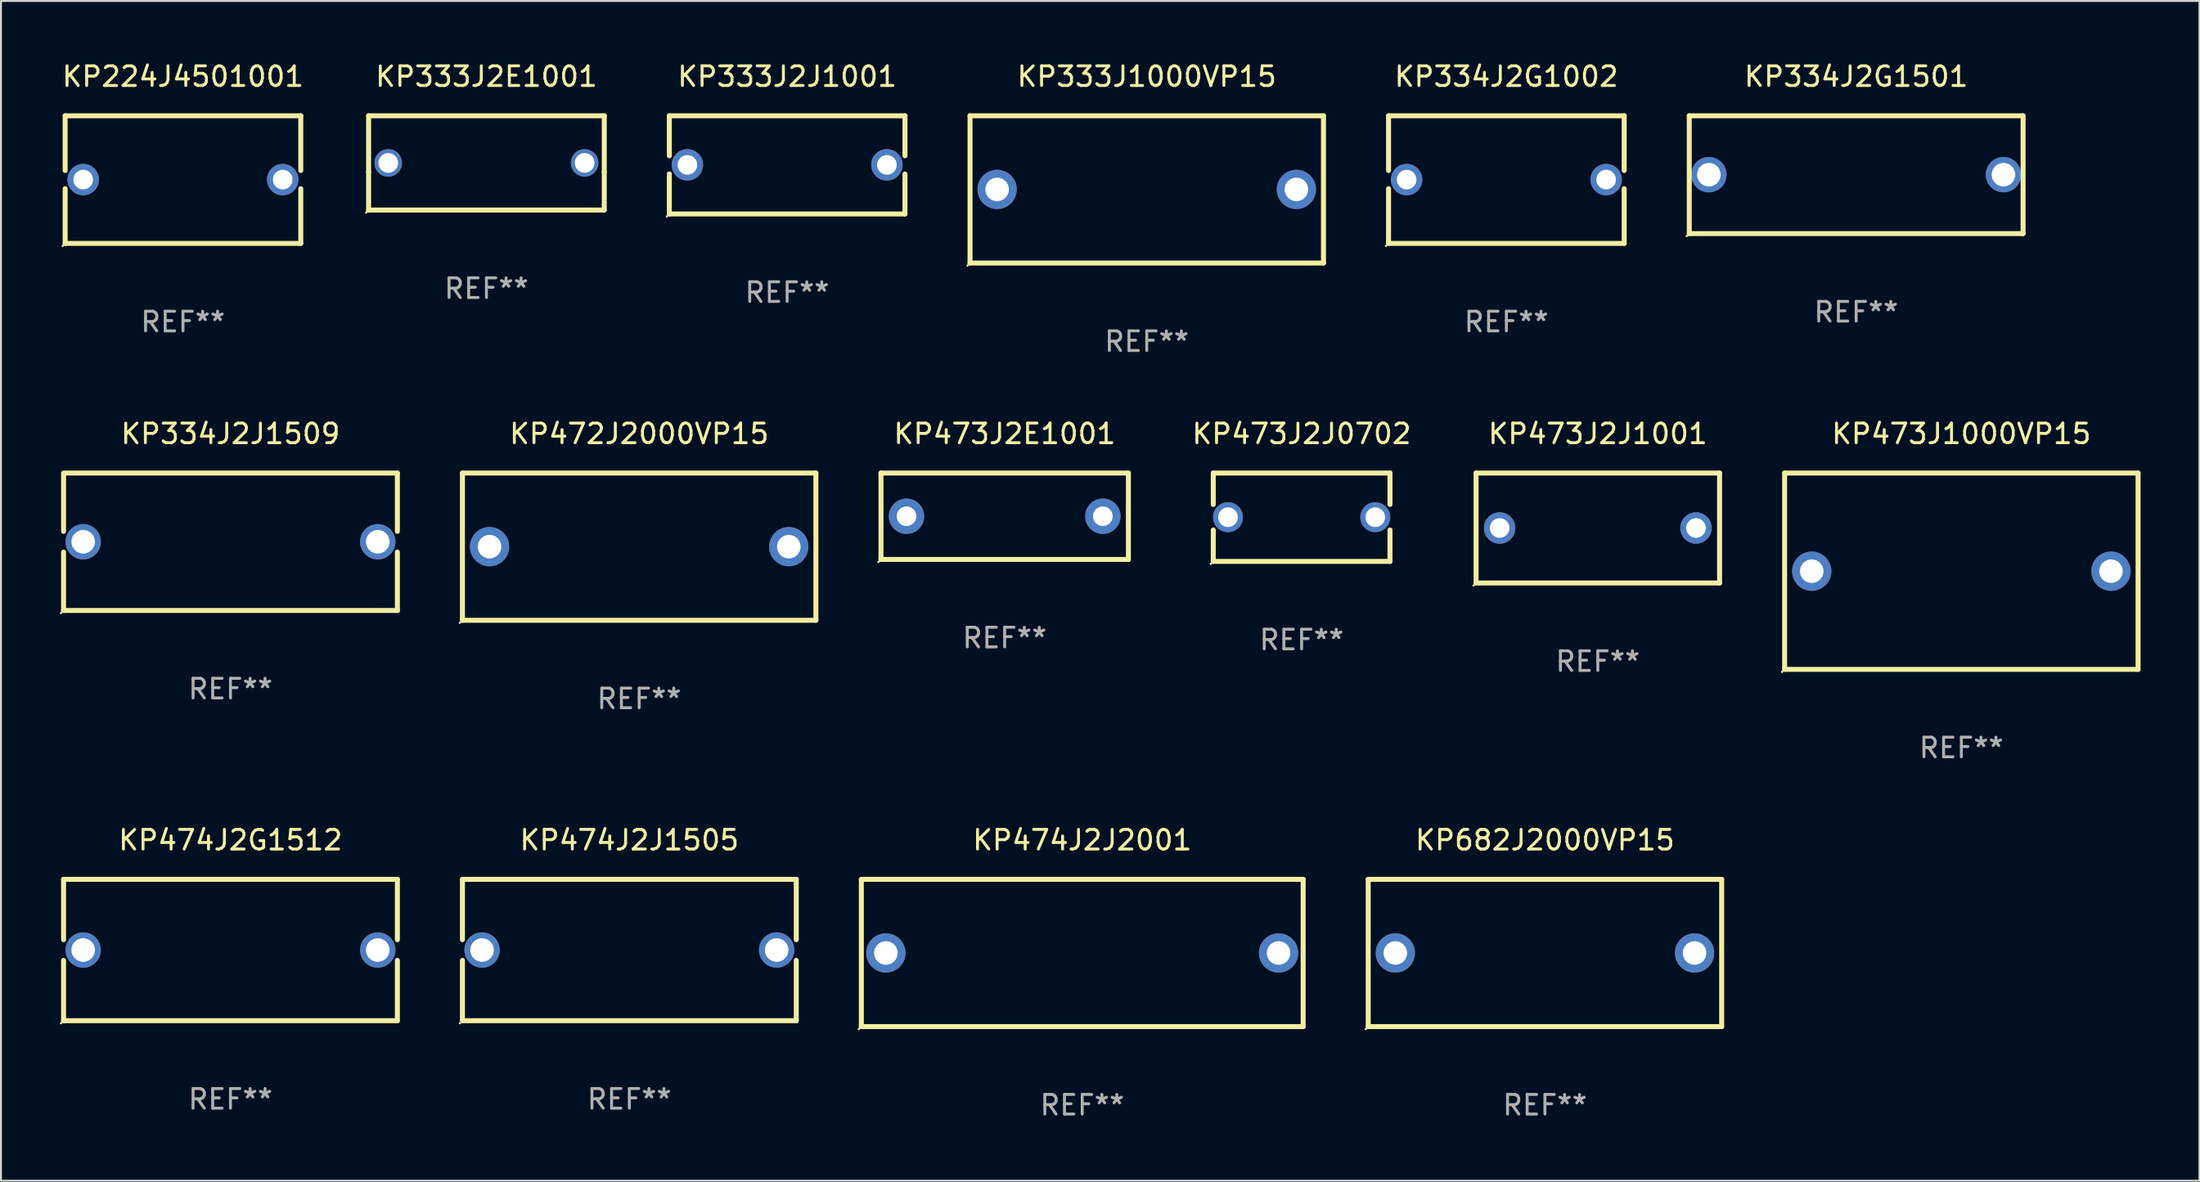
<source format=kicad_pcb>
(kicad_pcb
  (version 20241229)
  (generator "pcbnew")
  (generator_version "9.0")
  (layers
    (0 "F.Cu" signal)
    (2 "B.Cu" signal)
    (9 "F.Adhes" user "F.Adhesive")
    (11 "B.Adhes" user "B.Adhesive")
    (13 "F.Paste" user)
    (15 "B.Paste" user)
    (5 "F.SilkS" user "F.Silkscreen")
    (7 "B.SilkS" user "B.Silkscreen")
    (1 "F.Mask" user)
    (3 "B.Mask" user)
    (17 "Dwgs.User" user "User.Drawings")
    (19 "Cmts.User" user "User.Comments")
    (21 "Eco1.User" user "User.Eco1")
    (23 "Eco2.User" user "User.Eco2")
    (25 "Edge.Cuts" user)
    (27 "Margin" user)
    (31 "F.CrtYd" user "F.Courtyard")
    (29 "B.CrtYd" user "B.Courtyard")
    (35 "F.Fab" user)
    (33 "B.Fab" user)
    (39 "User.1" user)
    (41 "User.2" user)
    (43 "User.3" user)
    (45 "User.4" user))
  (footprint "KP334J2G1501"
    (layer "F.Cu")
    (at 91.479 5.848)
    (property "Reference" "KP334J2G1501" (at 0 -5 0) (layer "F.SilkS") (effects (font (size 1 1) (thickness 0.15))))
    (attr through_hole)
    (fp_line (start -8.5 -3) (end 8.5 -3) (stroke (width 0.254) (type solid)) (layer "F.SilkS"))
    (fp_line (start -8.5 3) (end -8.5 -3) (stroke (width 0.254) (type solid)) (layer "F.SilkS"))
    (fp_line (start 8.5 -3) (end 8.5 3) (stroke (width 0.254) (type solid)) (layer "F.SilkS"))
    (fp_line (start 8.5 3) (end -8.5 3) (stroke (width 0.254) (type solid)) (layer "F.SilkS"))
    (fp_circle (center -8.627 3.127) (end -8.597 3.127) (stroke (width 0.06) (type solid)) (fill no) (layer "F.SilkS"))
    (fp_text user "REF**" (at 0 7 0) (layer "F.Fab") (effects (font (size 1 1) (thickness 0.15))))
    (pad "1" thru_hole circle (at -7.501 0) (size 1.8 1.8) (drill 1.2) (layers "*.Cu" "*.Mask"))
    (pad "2" thru_hole circle (at 7.501 0) (size 1.8 1.8) (drill 1.2) (layers "*.Cu" "*.Mask")))
  (footprint "KP333J1000VP15"
    (layer "F.Cu")
    (at 55.351 6.598)
    (property "Reference" "KP333J1000VP15" (at 0 -5.75 0) (layer "F.SilkS") (effects (font (size 1 1) (thickness 0.15))))
    (attr through_hole)
    (fp_line (start -9 -3.75) (end 9 -3.75) (stroke (width 0.254) (type solid)) (layer "F.SilkS"))
    (fp_line (start -9 3.75) (end -9 -3.75) (stroke (width 0.254) (type solid)) (layer "F.SilkS"))
    (fp_line (start 9 -3.75) (end 9 3.75) (stroke (width 0.254) (type solid)) (layer "F.SilkS"))
    (fp_line (start 9 3.75) (end -9 3.75) (stroke (width 0.254) (type solid)) (layer "F.SilkS"))
    (fp_circle (center -9.127 3.877) (end -9.097 3.877) (stroke (width 0.06) (type solid)) (fill no) (layer "F.SilkS"))
    (fp_text user "REF**" (at 0 7.75 0) (layer "F.Fab") (effects (font (size 1 1) (thickness 0.15))))
    (pad "1" thru_hole circle (at -7.62 0) (size 2 2) (drill 1.2) (layers "*.Cu" "*.Mask"))
    (pad "2" thru_hole circle (at 7.62 0) (size 2 2) (drill 1.2) (layers "*.Cu" "*.Mask")))
  (footprint "KP333J2J1001"
    (layer "F.Cu")
    (at 37.037 5.348)
    (property "Reference" "KP333J2J1001" (at 0 -4.5 0) (layer "F.SilkS") (effects (font (size 1 1) (thickness 0.15))))
    (attr through_hole)
    (fp_line (start -6 -2.5) (end 6 -2.5) (stroke (width 0.254) (type solid)) (layer "F.SilkS"))
    (fp_line (start -6 -0.463) (end -6 -2.5) (stroke (width 0.254) (type solid)) (layer "F.SilkS"))
    (fp_line (start -6 2.5) (end -6 0.463) (stroke (width 0.254) (type solid)) (layer "F.SilkS"))
    (fp_line (start 6 -2.5) (end 6 -0.463) (stroke (width 0.254) (type solid)) (layer "F.SilkS"))
    (fp_line (start 6 0.463) (end 6 2.5) (stroke (width 0.254) (type solid)) (layer "F.SilkS"))
    (fp_line (start 6 2.5) (end -6 2.5) (stroke (width 0.254) (type solid)) (layer "F.SilkS"))
    (fp_circle (center -6.127 2.627) (end -6.097 2.627) (stroke (width 0.06) (type solid)) (fill no) (layer "F.SilkS"))
    (fp_text user "REF**" (at 0 6.5 0) (layer "F.Fab") (effects (font (size 1 1) (thickness 0.15))))
    (pad "1" thru_hole circle (at -5.08 0) (size 1.6 1.6) (drill 1) (layers "*.Cu" "*.Mask"))
    (pad "2" thru_hole circle (at 5.08 0) (size 1.6 1.6) (drill 1) (layers "*.Cu" "*.Mask")))
  (footprint "KP472J2000VP15"
    (layer "F.Cu")
    (at 29.501 24.795)
    (property "Reference" "KP472J2000VP15" (at 0 -5.75 0) (layer "F.SilkS") (effects (font (size 1 1) (thickness 0.15))))
    (attr through_hole)
    (fp_line (start -9 -3.75) (end 9 -3.75) (stroke (width 0.254) (type solid)) (layer "F.SilkS"))
    (fp_line (start -9 3.75) (end -9 -3.75) (stroke (width 0.254) (type solid)) (layer "F.SilkS"))
    (fp_line (start 9 -3.75) (end 9 3.75) (stroke (width 0.254) (type solid)) (layer "F.SilkS"))
    (fp_line (start 9 3.75) (end -9 3.75) (stroke (width 0.254) (type solid)) (layer "F.SilkS"))
    (fp_circle (center -9.127 3.877) (end -9.097 3.877) (stroke (width 0.06) (type solid)) (fill no) (layer "F.SilkS"))
    (fp_text user "REF**" (at 0 7.75 0) (layer "F.Fab") (effects (font (size 1 1) (thickness 0.15))))
    (pad "1" thru_hole circle (at -7.62 0) (size 2 2) (drill 1.2) (layers "*.Cu" "*.Mask"))
    (pad "2" thru_hole circle (at 7.62 0) (size 2 2) (drill 1.2) (layers "*.Cu" "*.Mask")))
  (footprint "KP224J4501001"
    (layer "F.Cu")
    (at 6.268 6.098)
    (property "Reference" "KP224J4501001" (at 0 -5.25 0) (layer "F.SilkS") (effects (font (size 1 1) (thickness 0.15))))
    (attr through_hole)
    (fp_line (start -6 -3.25) (end 6 -3.25) (stroke (width 0.254) (type solid)) (layer "F.SilkS"))
    (fp_line (start -6 -0.463) (end -6 -3.25) (stroke (width 0.254) (type solid)) (layer "F.SilkS"))
    (fp_line (start -6 3.25) (end -6 0.463) (stroke (width 0.254) (type solid)) (layer "F.SilkS"))
    (fp_line (start 6 -3.25) (end 6 -0.463) (stroke (width 0.254) (type solid)) (layer "F.SilkS"))
    (fp_line (start 6 0.463) (end 6 3.25) (stroke (width 0.254) (type solid)) (layer "F.SilkS"))
    (fp_line (start 6 3.25) (end -6 3.25) (stroke (width 0.254) (type solid)) (layer "F.SilkS"))
    (fp_circle (center -6.127 3.377) (end -6.097 3.377) (stroke (width 0.06) (type solid)) (fill no) (layer "F.SilkS"))
    (fp_text user "REF**" (at 0 7.25 0) (layer "F.Fab") (effects (font (size 1 1) (thickness 0.15))))
    (pad "1" thru_hole circle (at -5.08 -0.000013) (size 1.6 1.6) (drill 1) (layers "*.Cu" "*.Mask"))
    (pad "2" thru_hole circle (at 5.08 -0.000013) (size 1.6 1.6) (drill 1) (layers "*.Cu" "*.Mask")))
  (footprint "KP334J2G1002"
    (layer "F.Cu")
    (at 73.665 6.098)
    (property "Reference" "KP334J2G1002" (at 0 -5.25 0) (layer "F.SilkS") (effects (font (size 1 1) (thickness 0.15))))
    (attr through_hole)
    (fp_line (start -6 -3.25) (end 6 -3.25) (stroke (width 0.254) (type solid)) (layer "F.SilkS"))
    (fp_line (start -6 -0.463) (end -6 -3.25) (stroke (width 0.254) (type solid)) (layer "F.SilkS"))
    (fp_line (start -6 3.25) (end -6 0.463) (stroke (width 0.254) (type solid)) (layer "F.SilkS"))
    (fp_line (start 6 -3.25) (end 6 -0.463) (stroke (width 0.254) (type solid)) (layer "F.SilkS"))
    (fp_line (start 6 0.463) (end 6 3.25) (stroke (width 0.254) (type solid)) (layer "F.SilkS"))
    (fp_line (start 6 3.25) (end -6 3.25) (stroke (width 0.254) (type solid)) (layer "F.SilkS"))
    (fp_circle (center -6.127 3.377) (end -6.097 3.377) (stroke (width 0.06) (type solid)) (fill no) (layer "F.SilkS"))
    (fp_text user "REF**" (at 0 7.25 0) (layer "F.Fab") (effects (font (size 1 1) (thickness 0.15))))
    (pad "1" thru_hole circle (at -5.08 -0.000013) (size 1.6 1.6) (drill 1) (layers "*.Cu" "*.Mask"))
    (pad "2" thru_hole circle (at 5.08 -0.000013) (size 1.6 1.6) (drill 1) (layers "*.Cu" "*.Mask")))
  (footprint "KP334J2J1509"
    (layer "F.Cu")
    (at 8.687 24.545)
    (property "Reference" "KP334J2J1509" (at 0 -5.5 0) (layer "F.SilkS") (effects (font (size 1 1) (thickness 0.15))))
    (attr through_hole)
    (fp_line (start -8.5 -3.5) (end 8.5 -3.5) (stroke (width 0.254) (type solid)) (layer "F.SilkS"))
    (fp_line (start -8.5 -0.527) (end -8.5 -3.429) (stroke (width 0.254) (type solid)) (layer "F.SilkS"))
    (fp_line (start -8.5 3.5) (end -8.5 0.527) (stroke (width 0.254) (type solid)) (layer "F.SilkS"))
    (fp_line (start 8.5 -3.5) (end 8.5 -0.527) (stroke (width 0.254) (type solid)) (layer "F.SilkS"))
    (fp_line (start 8.5 0.527) (end 8.5 3.5) (stroke (width 0.254) (type solid)) (layer "F.SilkS"))
    (fp_line (start 8.5 3.5) (end -8.5 3.5) (stroke (width 0.254) (type solid)) (layer "F.SilkS"))
    (fp_circle (center -8.627 3.627) (end -8.597 3.627) (stroke (width 0.06) (type solid)) (fill no) (layer "F.SilkS"))
    (fp_text user "REF**" (at 0 7.5 0) (layer "F.Fab") (effects (font (size 1 1) (thickness 0.15))))
    (pad "1" thru_hole circle (at -7.501 0) (size 1.8 1.8) (drill 1.2) (layers "*.Cu" "*.Mask"))
    (pad "2" thru_hole circle (at 7.501 0) (size 1.8 1.8) (drill 1.2) (layers "*.Cu" "*.Mask")))
  (footprint "KP682J2000VP15"
    (layer "F.Cu")
    (at 75.629 45.491)
    (property "Reference" "KP682J2000VP15" (at 0 -5.75 0) (layer "F.SilkS") (effects (font (size 1 1) (thickness 0.15))))
    (attr through_hole)
    (fp_line (start -9 -3.75) (end 9 -3.75) (stroke (width 0.254) (type solid)) (layer "F.SilkS"))
    (fp_line (start -9 3.75) (end -9 -3.75) (stroke (width 0.254) (type solid)) (layer "F.SilkS"))
    (fp_line (start 9 -3.75) (end 9 3.75) (stroke (width 0.254) (type solid)) (layer "F.SilkS"))
    (fp_line (start 9 3.75) (end -9 3.75) (stroke (width 0.254) (type solid)) (layer "F.SilkS"))
    (fp_circle (center -9.127 3.877) (end -9.097 3.877) (stroke (width 0.06) (type solid)) (fill no) (layer "F.SilkS"))
    (fp_text user "REF**" (at 0 7.75 0) (layer "F.Fab") (effects (font (size 1 1) (thickness 0.15))))
    (pad "1" thru_hole circle (at -7.62 0) (size 2 2) (drill 1.2) (layers "*.Cu" "*.Mask"))
    (pad "2" thru_hole circle (at 7.62 0) (size 2 2) (drill 1.2) (layers "*.Cu" "*.Mask")))
  (footprint "KP474J2J1505"
    (layer "F.Cu")
    (at 29.001 45.341)
    (property "Reference" "KP474J2J1505" (at 0 -5.6 0) (layer "F.SilkS") (effects (font (size 1 1) (thickness 0.15))))
    (attr through_hole)
    (fp_line (start -8.5 -3.6) (end 8.5 -3.6) (stroke (width 0.254) (type solid)) (layer "F.SilkS"))
    (fp_line (start -8.5 -0.527) (end -8.5 -3.6) (stroke (width 0.254) (type solid)) (layer "F.SilkS"))
    (fp_line (start -8.5 3.6) (end -8.5 0.527) (stroke (width 0.254) (type solid)) (layer "F.SilkS"))
    (fp_line (start 8.5 -3.6) (end 8.5 -0.527) (stroke (width 0.254) (type solid)) (layer "F.SilkS"))
    (fp_line (start 8.5 0.527) (end 8.5 3.6) (stroke (width 0.254) (type solid)) (layer "F.SilkS"))
    (fp_line (start 8.5 3.6) (end -8.5 3.6) (stroke (width 0.254) (type solid)) (layer "F.SilkS"))
    (fp_circle (center -8.627 3.727) (end -8.597 3.727) (stroke (width 0.06) (type solid)) (fill no) (layer "F.SilkS"))
    (fp_text user "REF**" (at 0 7.6 0) (layer "F.Fab") (effects (font (size 1 1) (thickness 0.15))))
    (pad "1" thru_hole circle (at -7.501 0) (size 1.8 1.8) (drill 1.2) (layers "*.Cu" "*.Mask"))
    (pad "2" thru_hole circle (at 7.501 0) (size 1.8 1.8) (drill 1.2) (layers "*.Cu" "*.Mask")))
  (footprint "KP473J2E1001"
    (layer "F.Cu")
    (at 48.115 23.245)
    (property "Reference" "KP473J2E1001" (at 0 -4.2 0) (layer "F.SilkS") (effects (font (size 1 1) (thickness 0.15))))
    (attr through_hole)
    (fp_line (start -6.3 -2.2) (end 6.3 -2.2) (stroke (width 0.254) (type solid)) (layer "F.SilkS"))
    (fp_line (start -6.3 2.2) (end -6.3 -2.2) (stroke (width 0.254) (type solid)) (layer "F.SilkS"))
    (fp_line (start 6.3 -2.2) (end 6.3 2.2) (stroke (width 0.254) (type solid)) (layer "F.SilkS"))
    (fp_line (start 6.3 2.2) (end -6.3 2.2) (stroke (width 0.254) (type solid)) (layer "F.SilkS"))
    (fp_circle (center -6.427 2.327) (end -6.397 2.327) (stroke (width 0.06) (type solid)) (fill no) (layer "F.SilkS"))
    (fp_text user "REF**" (at 0 6.2 0) (layer "F.Fab") (effects (font (size 1 1) (thickness 0.15))))
    (pad "1" thru_hole circle (at -5 0) (size 1.8 1.8) (drill 1) (layers "*.Cu" "*.Mask"))
    (pad "2" thru_hole circle (at 5 0) (size 1.8 1.8) (drill 1) (layers "*.Cu" "*.Mask")))
  (footprint "KP473J1000VP15"
    (layer "F.Cu")
    (at 96.836 26.045)
    (property "Reference" "KP473J1000VP15" (at 0 -7 0) (layer "F.SilkS") (effects (font (size 1 1) (thickness 0.15))))
    (attr through_hole)
    (fp_line (start -9 -5) (end 9 -5) (stroke (width 0.254) (type solid)) (layer "F.SilkS"))
    (fp_line (start -9 5) (end -9 -5) (stroke (width 0.254) (type solid)) (layer "F.SilkS"))
    (fp_line (start 9 -5) (end 9 5) (stroke (width 0.254) (type solid)) (layer "F.SilkS"))
    (fp_line (start 9 5) (end -9 5) (stroke (width 0.254) (type solid)) (layer "F.SilkS"))
    (fp_circle (center -9.127 5.127) (end -9.097 5.127) (stroke (width 0.06) (type solid)) (fill no) (layer "F.SilkS"))
    (fp_text user "REF**" (at 0 9 0) (layer "F.Fab") (effects (font (size 1 1) (thickness 0.15))))
    (pad "1" thru_hole circle (at -7.62 0) (size 2 2) (drill 1.2) (layers "*.Cu" "*.Mask"))
    (pad "2" thru_hole circle (at 7.62 0) (size 2 2) (drill 1.2) (layers "*.Cu" "*.Mask")))
  (footprint "KP333J2E1001"
    (layer "F.Cu")
    (at 21.723 5.248)
    (property "Reference" "KP333J2E1001" (at 0 -4.4 0) (layer "F.SilkS") (effects (font (size 1 1) (thickness 0.15))))
    (attr through_hole)
    (fp_line (start -6 -2.4) (end 6 -2.4) (stroke (width 0.254) (type solid)) (layer "F.SilkS"))
    (fp_line (start -6 0.463) (end -6 -2.4) (stroke (width 0.254) (type solid)) (layer "F.SilkS"))
    (fp_line (start -6 2.4) (end -6 0.463) (stroke (width 0.254) (type solid)) (layer "F.SilkS"))
    (fp_line (start 6 -2.4) (end 6 0.463) (stroke (width 0.254) (type solid)) (layer "F.SilkS"))
    (fp_line (start 6 0.463) (end 6 2.4) (stroke (width 0.254) (type solid)) (layer "F.SilkS"))
    (fp_line (start 6 2.4) (end -6 2.4) (stroke (width 0.254) (type solid)) (layer "F.SilkS"))
    (fp_circle (center -6.127 2.527) (end -6.097 2.527) (stroke (width 0.06) (type solid)) (fill no) (layer "F.SilkS"))
    (fp_text user "REF**" (at 0 6.4 0) (layer "F.Fab") (effects (font (size 1 1) (thickness 0.15))))
    (pad "1" thru_hole circle (at -5 0) (size 1.4 1.4) (drill 1) (layers "*.Cu" "*.Mask"))
    (pad "2" thru_hole circle (at 5 0) (size 1.4 1.4) (drill 1) (layers "*.Cu" "*.Mask")))
  (footprint "KP473J2J0702"
    (layer "F.Cu")
    (at 63.238 23.295)
    (property "Reference" "KP473J2J0702" (at 0 -4.25 0) (layer "F.SilkS") (effects (font (size 1 1) (thickness 0.15))))
    (attr through_hole)
    (fp_line (start -4.5 -2.25) (end 4.5 -2.25) (stroke (width 0.254) (type solid)) (layer "F.SilkS"))
    (fp_line (start -4.5 -0.65) (end -4.5 -2.25) (stroke (width 0.254) (type solid)) (layer "F.SilkS"))
    (fp_line (start -4.5 2.25) (end -4.5 0.65) (stroke (width 0.254) (type solid)) (layer "F.SilkS"))
    (fp_line (start 4.5 -2.25) (end 4.5 -0.65) (stroke (width 0.254) (type solid)) (layer "F.SilkS"))
    (fp_line (start 4.5 0.65) (end 4.5 2.25) (stroke (width 0.254) (type solid)) (layer "F.SilkS"))
    (fp_line (start 4.5 2.25) (end -4.5 2.25) (stroke (width 0.254) (type solid)) (layer "F.SilkS"))
    (fp_circle (center -4.627 2.377) (end -4.597 2.377) (stroke (width 0.06) (type solid)) (fill no) (layer "F.SilkS"))
    (fp_text user "REF**" (at 0 6.25 0) (layer "F.Fab") (effects (font (size 1 1) (thickness 0.15))))
    (pad "1" thru_hole circle (at -3.75 0) (size 1.524 1.524) (drill 1) (layers "*.Cu" "*.Mask"))
    (pad "2" thru_hole circle (at 3.75 0) (size 1.524 1.524) (drill 1) (layers "*.Cu" "*.Mask")))
  (footprint "KP474J2G1512"
    (layer "F.Cu")
    (at 8.687 45.341)
    (property "Reference" "KP474J2G1512" (at 0 -5.6 0) (layer "F.SilkS") (effects (font (size 1 1) (thickness 0.15))))
    (attr through_hole)
    (fp_line (start -8.5 -3.6) (end 8.5 -3.6) (stroke (width 0.254) (type solid)) (layer "F.SilkS"))
    (fp_line (start -8.5 -0.527) (end -8.5 -3.6) (stroke (width 0.254) (type solid)) (layer "F.SilkS"))
    (fp_line (start -8.5 3.6) (end -8.5 0.527) (stroke (width 0.254) (type solid)) (layer "F.SilkS"))
    (fp_line (start 8.5 -3.6) (end 8.5 -0.527) (stroke (width 0.254) (type solid)) (layer "F.SilkS"))
    (fp_line (start 8.5 0.527) (end 8.5 3.6) (stroke (width 0.254) (type solid)) (layer "F.SilkS"))
    (fp_line (start 8.5 3.6) (end -8.5 3.6) (stroke (width 0.254) (type solid)) (layer "F.SilkS"))
    (fp_circle (center -8.627 3.727) (end -8.597 3.727) (stroke (width 0.06) (type solid)) (fill no) (layer "F.SilkS"))
    (fp_text user "REF**" (at 0 7.6 0) (layer "F.Fab") (effects (font (size 1 1) (thickness 0.15))))
    (pad "1" thru_hole circle (at -7.501 0) (size 1.8 1.8) (drill 1.2) (layers "*.Cu" "*.Mask"))
    (pad "2" thru_hole circle (at 7.501 0) (size 1.8 1.8) (drill 1.2) (layers "*.Cu" "*.Mask")))
  (footprint "KP474J2J2001"
    (layer "F.Cu")
    (at 52.065 45.491)
    (property "Reference" "KP474J2J2001" (at 0 -5.75 0) (layer "F.SilkS") (effects (font (size 1 1) (thickness 0.15))))
    (attr through_hole)
    (fp_line (start -11.25 -3.75) (end 11.25 -3.75) (stroke (width 0.254) (type solid)) (layer "F.SilkS"))
    (fp_line (start -11.25 3.75) (end -11.25 -3.75) (stroke (width 0.254) (type solid)) (layer "F.SilkS"))
    (fp_line (start 11.25 -3.75) (end 11.25 3.75) (stroke (width 0.254) (type solid)) (layer "F.SilkS"))
    (fp_line (start 11.25 3.75) (end -11.25 3.75) (stroke (width 0.254) (type solid)) (layer "F.SilkS"))
    (fp_circle (center -11.377 3.877) (end -11.347 3.877) (stroke (width 0.06) (type solid)) (fill no) (layer "F.SilkS"))
    (fp_text user "REF**" (at 0 7.75 0) (layer "F.Fab") (effects (font (size 1 1) (thickness 0.15))))
    (pad "1" thru_hole circle (at -10 0) (size 2 2) (drill 1.2) (layers "*.Cu" "*.Mask"))
    (pad "2" thru_hole circle (at 10 0) (size 2 2) (drill 1.2) (layers "*.Cu" "*.Mask")))
  (footprint "KP473J2J1001"
    (layer "F.Cu")
    (at 78.322 23.845)
    (property "Reference" "KP473J2J1001" (at 0 -4.8 0) (layer "F.SilkS") (effects (font (size 1 1) (thickness 0.15))))
    (attr through_hole)
    (fp_line (start -6.2 -2.8) (end 6.2 -2.8) (stroke (width 0.254) (type solid)) (layer "F.SilkS"))
    (fp_line (start -6.2 2.8) (end -6.2 -2.8) (stroke (width 0.254) (type solid)) (layer "F.SilkS"))
    (fp_line (start 6.2 -2.8) (end 6.2 2.8) (stroke (width 0.254) (type solid)) (layer "F.SilkS"))
    (fp_line (start 6.2 2.8) (end -6.2 2.8) (stroke (width 0.254) (type solid)) (layer "F.SilkS"))
    (fp_circle (center -6.327 2.927) (end -6.297 2.927) (stroke (width 0.06) (type solid)) (fill no) (layer "F.SilkS"))
    (fp_text user "REF**" (at 0 6.8 0) (layer "F.Fab") (effects (font (size 1 1) (thickness 0.15))))
    (pad "1" thru_hole circle (at -5 0) (size 1.6 1.6) (drill 1) (layers "*.Cu" "*.Mask"))
    (pad "2" thru_hole circle (at 5 0) (size 1.6 1.6) (drill 1) (layers "*.Cu" "*.Mask")))
  (gr_rect
    (start -3 -3)
    (end 108.963 57.09)
    (stroke (width 0.1) (type default))
    (fill no)
    (layer "Edge.Cuts")))
</source>
